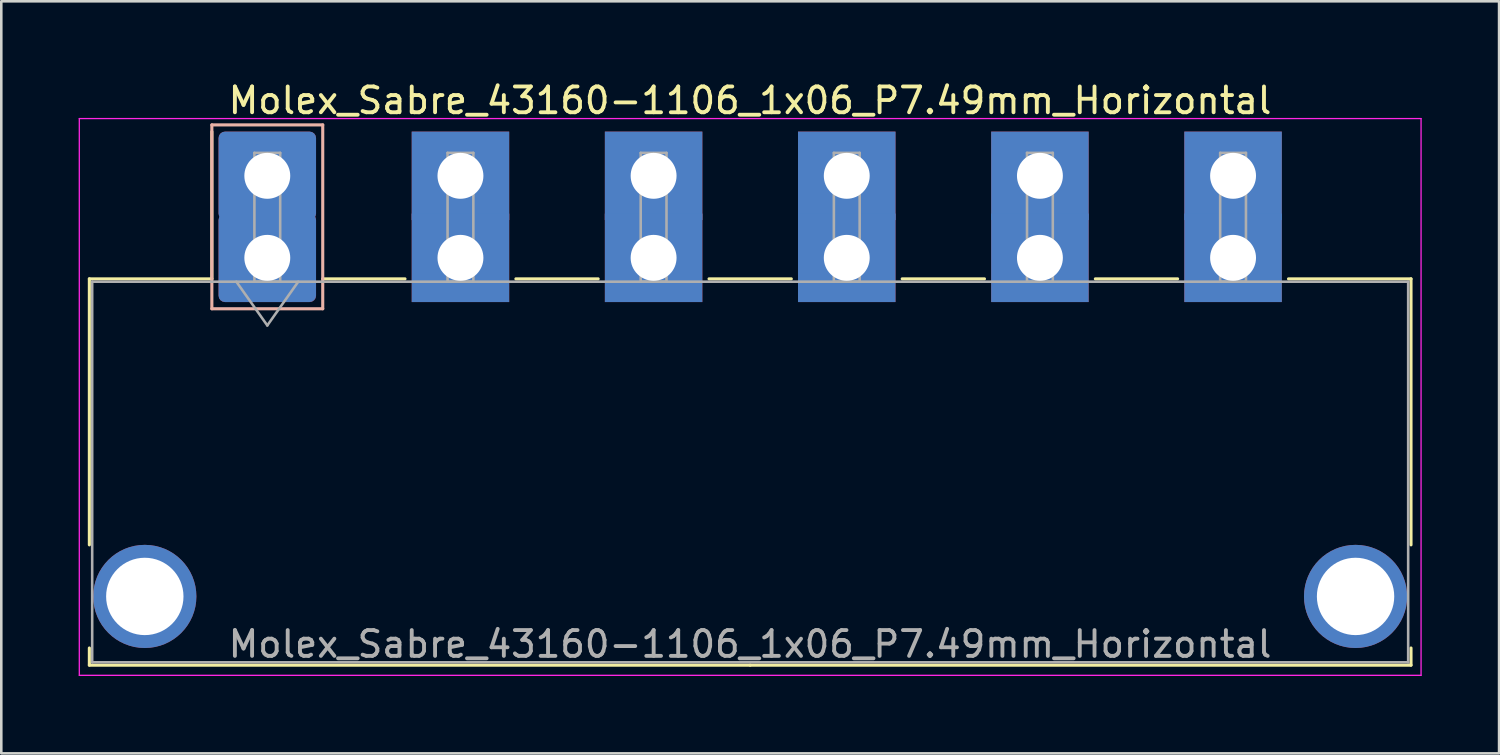
<source format=kicad_pcb>
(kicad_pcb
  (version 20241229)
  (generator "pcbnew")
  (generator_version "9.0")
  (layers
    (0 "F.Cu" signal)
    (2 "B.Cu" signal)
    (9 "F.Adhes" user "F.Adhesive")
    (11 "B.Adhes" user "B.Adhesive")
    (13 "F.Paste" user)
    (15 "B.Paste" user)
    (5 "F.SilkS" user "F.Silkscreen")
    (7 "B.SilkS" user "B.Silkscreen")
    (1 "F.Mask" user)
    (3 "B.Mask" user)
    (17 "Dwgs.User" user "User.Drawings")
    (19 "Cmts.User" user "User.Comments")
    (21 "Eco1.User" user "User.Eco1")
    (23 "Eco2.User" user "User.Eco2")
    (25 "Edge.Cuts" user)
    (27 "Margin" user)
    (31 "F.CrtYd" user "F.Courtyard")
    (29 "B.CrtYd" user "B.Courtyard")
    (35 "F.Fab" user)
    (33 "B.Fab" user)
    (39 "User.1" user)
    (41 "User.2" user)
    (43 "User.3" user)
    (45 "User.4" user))
  (footprint "Molex_Sabre_43160-1106_1x06_P7.49mm_Horizontal"
    (layer "F.Cu")
    (at 7.315 6.948)
    (property "Reference" "Molex_Sabre_43160-1106_1x06_P7.49mm_Horizontal" (at 18.72 -6.1 0) (layer "F.SilkS") (effects (font (size 1 1) (thickness 0.15))))
    (attr through_hole)
    (fp_line (start -6.9 0.815) (end -6.9 11.13) (stroke (width 0.12) (type solid)) (layer "F.SilkS"))
    (fp_line (start -6.9 15.13) (end -6.9 15.795) (stroke (width 0.12) (type solid)) (layer "F.SilkS"))
    (fp_line (start -6.9 15.795) (end 18.725 15.795) (stroke (width 0.12) (type solid)) (layer "F.SilkS"))
    (fp_line (start -2.15 0.815) (end -6.9 0.815) (stroke (width 0.12) (type solid)) (layer "F.SilkS"))
    (fp_line (start -2.15 0.815) (end -2.15 -4.895) (stroke (width 0.12) (type solid)) (layer "F.SilkS"))
    (fp_line (start 2.15 0.815) (end 5.34 0.815) (stroke (width 0.12) (type solid)) (layer "F.SilkS"))
    (fp_line (start 9.64 0.815) (end 12.83 0.815) (stroke (width 0.12) (type solid)) (layer "F.SilkS"))
    (fp_line (start 17.13 0.815) (end 20.32 0.815) (stroke (width 0.12) (type solid)) (layer "F.SilkS"))
    (fp_line (start 24.62 0.815) (end 27.81 0.815) (stroke (width 0.12) (type solid)) (layer "F.SilkS"))
    (fp_line (start 32.11 0.815) (end 35.3 0.815) (stroke (width 0.12) (type solid)) (layer "F.SilkS"))
    (fp_line (start 39.6 0.815) (end 44.35 0.815) (stroke (width 0.12) (type solid)) (layer "F.SilkS"))
    (fp_line (start 44.35 0.815) (end 44.35 11.13) (stroke (width 0.12) (type solid)) (layer "F.SilkS"))
    (fp_line (start 44.35 15.13) (end 44.35 15.795) (stroke (width 0.12) (type solid)) (layer "F.SilkS"))
    (fp_line (start 44.35 15.795) (end 18.725 15.795) (stroke (width 0.12) (type solid)) (layer "F.SilkS"))
    (fp_line (start -2.15 -5.155) (end -2.15 1.975) (stroke (width 0.12) (type solid)) (layer "B.SilkS"))
    (fp_line (start -2.15 1.975) (end 2.15 1.975) (stroke (width 0.12) (type solid)) (layer "B.SilkS"))
    (fp_line (start 2.15 -5.155) (end -2.15 -5.155) (stroke (width 0.12) (type solid)) (layer "B.SilkS"))
    (fp_line (start 2.15 1.975) (end 2.15 -5.155) (stroke (width 0.12) (type solid)) (layer "B.SilkS"))
    (fp_line (start -7.29 -5.4) (end -7.29 16.19) (stroke (width 0.05) (type solid)) (layer "F.CrtYd"))
    (fp_line (start -7.29 16.19) (end 44.74 16.19) (stroke (width 0.05) (type solid)) (layer "F.CrtYd"))
    (fp_line (start 44.74 -5.4) (end -7.29 -5.4) (stroke (width 0.05) (type solid)) (layer "F.CrtYd"))
    (fp_line (start 44.74 16.19) (end 44.74 -5.4) (stroke (width 0.05) (type solid)) (layer "F.CrtYd"))
    (fp_line (start -6.79 0.925) (end -6.79 15.685) (stroke (width 0.1) (type solid)) (layer "F.Fab"))
    (fp_line (start -6.79 15.685) (end 44.24 15.685) (stroke (width 0.1) (type solid)) (layer "F.Fab"))
    (fp_line (start -1.2 0.925) (end 0 2.622) (stroke (width 0.1) (type solid)) (layer "F.Fab"))
    (fp_line (start -0.5 -4.07) (end 0.5 -4.07) (stroke (width 0.1) (type solid)) (layer "F.Fab"))
    (fp_line (start -0.5 0.925) (end -0.5 -4.07) (stroke (width 0.1) (type solid)) (layer "F.Fab"))
    (fp_line (start 0 2.622) (end 1.2 0.925) (stroke (width 0.1) (type solid)) (layer "F.Fab"))
    (fp_line (start 0.5 -4.07) (end 0.5 0.925) (stroke (width 0.1) (type solid)) (layer "F.Fab"))
    (fp_line (start 0.5 0.925) (end -0.5 0.925) (stroke (width 0.1) (type solid)) (layer "F.Fab"))
    (fp_line (start 6.99 -4.07) (end 7.99 -4.07) (stroke (width 0.1) (type solid)) (layer "F.Fab"))
    (fp_line (start 6.99 0.925) (end 6.99 -4.07) (stroke (width 0.1) (type solid)) (layer "F.Fab"))
    (fp_line (start 7.99 -4.07) (end 7.99 0.925) (stroke (width 0.1) (type solid)) (layer "F.Fab"))
    (fp_line (start 7.99 0.925) (end 6.99 0.925) (stroke (width 0.1) (type solid)) (layer "F.Fab"))
    (fp_line (start 14.48 -4.07) (end 15.48 -4.07) (stroke (width 0.1) (type solid)) (layer "F.Fab"))
    (fp_line (start 14.48 0.925) (end 14.48 -4.07) (stroke (width 0.1) (type solid)) (layer "F.Fab"))
    (fp_line (start 15.48 -4.07) (end 15.48 0.925) (stroke (width 0.1) (type solid)) (layer "F.Fab"))
    (fp_line (start 15.48 0.925) (end 14.48 0.925) (stroke (width 0.1) (type solid)) (layer "F.Fab"))
    (fp_line (start 21.97 -4.07) (end 22.97 -4.07) (stroke (width 0.1) (type solid)) (layer "F.Fab"))
    (fp_line (start 21.97 0.925) (end 21.97 -4.07) (stroke (width 0.1) (type solid)) (layer "F.Fab"))
    (fp_line (start 22.97 -4.07) (end 22.97 0.925) (stroke (width 0.1) (type solid)) (layer "F.Fab"))
    (fp_line (start 22.97 0.925) (end 21.97 0.925) (stroke (width 0.1) (type solid)) (layer "F.Fab"))
    (fp_line (start 29.46 -4.07) (end 30.46 -4.07) (stroke (width 0.1) (type solid)) (layer "F.Fab"))
    (fp_line (start 29.46 0.925) (end 29.46 -4.07) (stroke (width 0.1) (type solid)) (layer "F.Fab"))
    (fp_line (start 30.46 -4.07) (end 30.46 0.925) (stroke (width 0.1) (type solid)) (layer "F.Fab"))
    (fp_line (start 30.46 0.925) (end 29.46 0.925) (stroke (width 0.1) (type solid)) (layer "F.Fab"))
    (fp_line (start 36.95 -4.07) (end 37.95 -4.07) (stroke (width 0.1) (type solid)) (layer "F.Fab"))
    (fp_line (start 36.95 0.925) (end 36.95 -4.07) (stroke (width 0.1) (type solid)) (layer "F.Fab"))
    (fp_line (start 37.95 -4.07) (end 37.95 0.925) (stroke (width 0.1) (type solid)) (layer "F.Fab"))
    (fp_line (start 37.95 0.925) (end 36.95 0.925) (stroke (width 0.1) (type solid)) (layer "F.Fab"))
    (fp_line (start 44.24 0.925) (end -6.79 0.925) (stroke (width 0.1) (type solid)) (layer "F.Fab"))
    (fp_line (start 44.24 15.685) (end 44.24 0.925) (stroke (width 0.1) (type solid)) (layer "F.Fab"))
    (fp_text user "${REFERENCE}" (at 18.72 14.98 0) (layer "F.Fab") (effects (font (size 1 1) (thickness 0.15))))
    (pad "" thru_hole circle (at -4.75 13.13) (size 4 4) (drill 3) (layers "*.Cu" "*.Mask"))
    (pad "" thru_hole circle (at 42.2 13.13) (size 4 4) (drill 3) (layers "*.Cu" "*.Mask"))
    (pad "1" thru_hole roundrect (at 0 -3.18) (size 3.78 3.43) (drill 1.78) (layers "*.Cu" "*.Mask") (roundrect_rratio 0.073))
    (pad "1" thru_hole roundrect (at 0 0) (size 3.78 3.43) (drill 1.78) (layers "*.Cu" "*.Mask") (roundrect_rratio 0.073))
    (pad "2" thru_hole rect (at 7.49 -3.18) (size 3.78 3.43) (drill 1.78) (layers "*.Cu" "*.Mask"))
    (pad "2" thru_hole rect (at 7.49 0) (size 3.78 3.43) (drill 1.78) (layers "*.Cu" "*.Mask"))
    (pad "3" thru_hole rect (at 14.98 -3.18) (size 3.78 3.43) (drill 1.78) (layers "*.Cu" "*.Mask"))
    (pad "3" thru_hole rect (at 14.98 0) (size 3.78 3.43) (drill 1.78) (layers "*.Cu" "*.Mask"))
    (pad "4" thru_hole rect (at 22.47 -3.18) (size 3.78 3.43) (drill 1.78) (layers "*.Cu" "*.Mask"))
    (pad "4" thru_hole rect (at 22.47 0) (size 3.78 3.43) (drill 1.78) (layers "*.Cu" "*.Mask"))
    (pad "5" thru_hole rect (at 29.96 -3.18) (size 3.78 3.43) (drill 1.78) (layers "*.Cu" "*.Mask"))
    (pad "5" thru_hole rect (at 29.96 0) (size 3.78 3.43) (drill 1.78) (layers "*.Cu" "*.Mask"))
    (pad "6" thru_hole rect (at 37.45 -3.18) (size 3.78 3.43) (drill 1.78) (layers "*.Cu" "*.Mask"))
    (pad "6" thru_hole rect (at 37.45 0) (size 3.78 3.43) (drill 1.78) (layers "*.Cu" "*.Mask")))
  (gr_rect
    (start -3 -3)
    (end 55.08 26.163)
    (stroke (width 0.1) (type default))
    (fill no)
    (layer "Edge.Cuts")))
</source>
